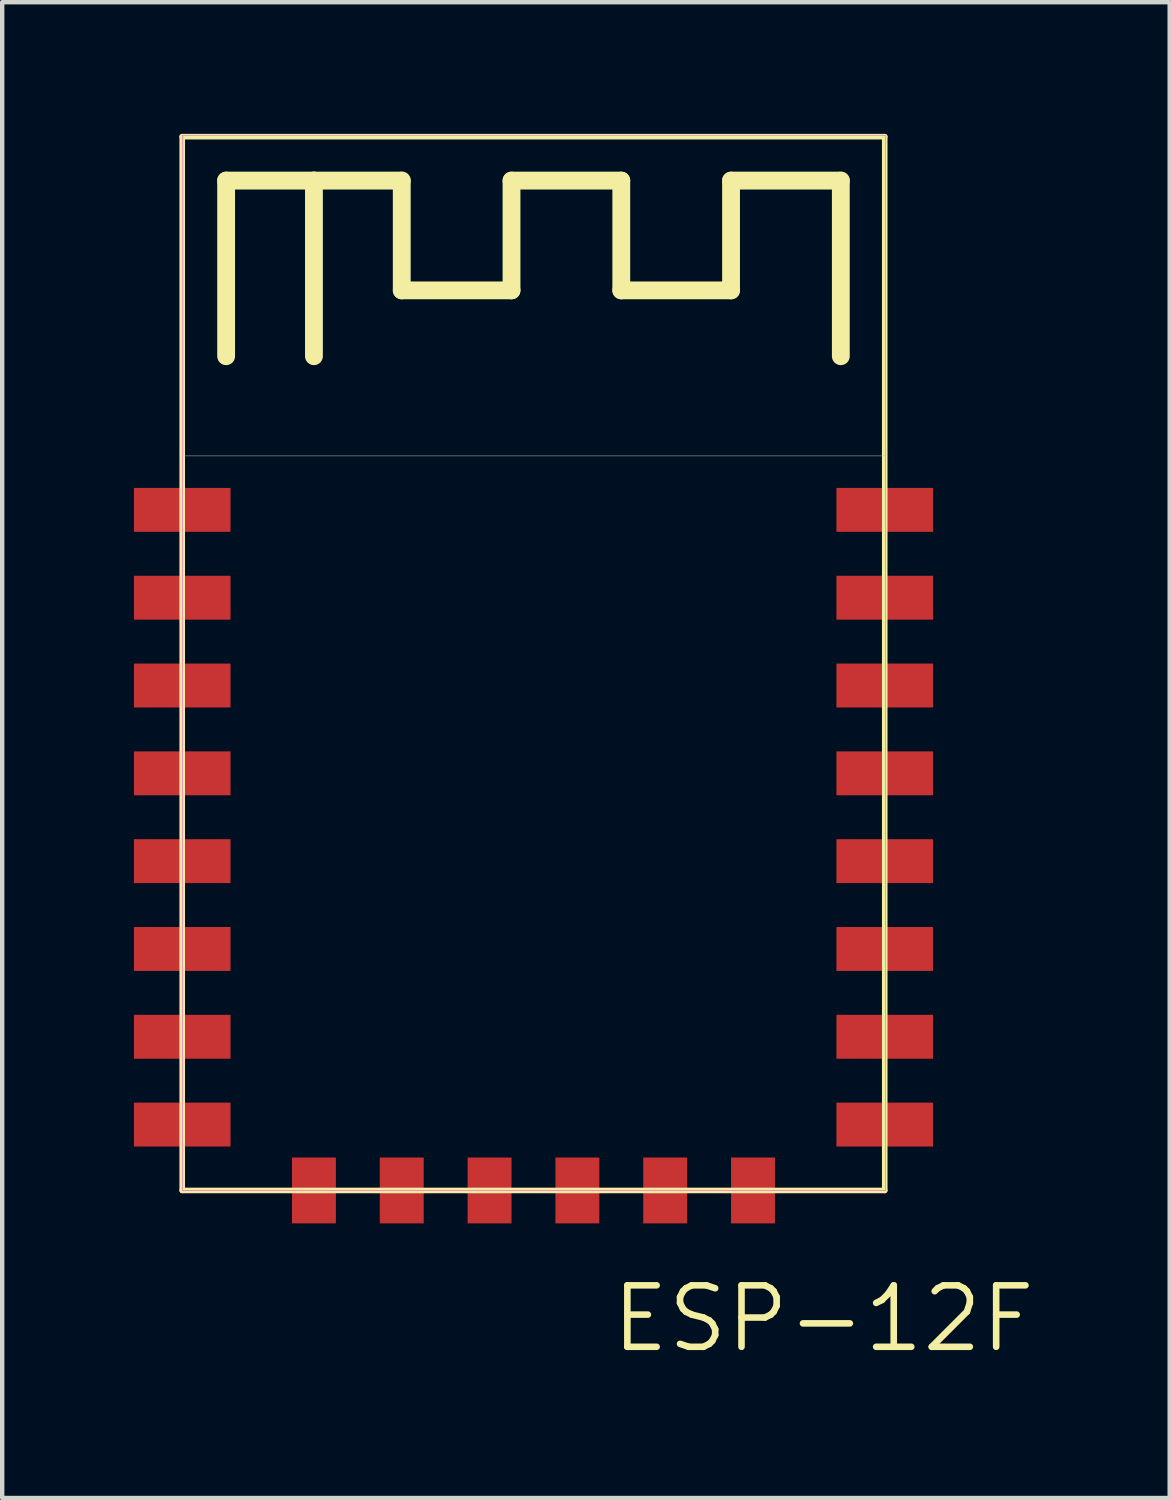
<source format=kicad_pcb>
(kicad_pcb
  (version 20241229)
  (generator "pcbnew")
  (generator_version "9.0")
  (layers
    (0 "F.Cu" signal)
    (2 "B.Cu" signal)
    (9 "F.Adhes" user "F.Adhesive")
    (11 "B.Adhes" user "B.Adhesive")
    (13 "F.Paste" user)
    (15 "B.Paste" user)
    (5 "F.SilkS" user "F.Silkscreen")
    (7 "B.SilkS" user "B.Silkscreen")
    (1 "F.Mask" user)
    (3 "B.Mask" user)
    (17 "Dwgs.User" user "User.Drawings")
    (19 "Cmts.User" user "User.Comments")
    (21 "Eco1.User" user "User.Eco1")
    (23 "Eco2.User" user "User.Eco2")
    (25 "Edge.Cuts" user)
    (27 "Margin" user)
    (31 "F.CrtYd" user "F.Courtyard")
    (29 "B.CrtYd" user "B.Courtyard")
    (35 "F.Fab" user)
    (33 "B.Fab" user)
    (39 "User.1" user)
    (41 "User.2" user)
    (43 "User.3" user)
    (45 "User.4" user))
  (footprint "ESP-12F"
    (layer "F.Cu")
    (at 8.72 12.633)
    (property "Reference" "ESP-12F" (at 6.985 14.351 0) (layer "F.SilkS") (effects (font (size 1.4 1.4) (thickness 0.15))))
    (attr smd)
    (fp_line (start -7.62 -12.57) (end -7.62 11.43) (stroke (width 0.127) (type solid)) (layer "F.SilkS"))
    (fp_line (start -7.62 11.43) (end 8.38 11.43) (stroke (width 0.127) (type solid)) (layer "F.SilkS"))
    (fp_line (start -6.62 -11.57) (end -4.62 -11.57) (stroke (width 0.406) (type solid)) (layer "F.SilkS"))
    (fp_line (start -6.62 -7.57) (end -6.62 -11.57) (stroke (width 0.406) (type solid)) (layer "F.SilkS"))
    (fp_line (start -4.62 -11.57) (end -4.62 -7.57) (stroke (width 0.406) (type solid)) (layer "F.SilkS"))
    (fp_line (start -4.62 -11.57) (end -2.62 -11.57) (stroke (width 0.406) (type solid)) (layer "F.SilkS"))
    (fp_line (start -2.62 -11.57) (end -2.62 -9.07) (stroke (width 0.406) (type solid)) (layer "F.SilkS"))
    (fp_line (start -2.62 -9.07) (end -0.12 -9.07) (stroke (width 0.406) (type solid)) (layer "F.SilkS"))
    (fp_line (start -0.12 -11.57) (end 2.38 -11.57) (stroke (width 0.406) (type solid)) (layer "F.SilkS"))
    (fp_line (start -0.12 -9.07) (end -0.12 -11.57) (stroke (width 0.406) (type solid)) (layer "F.SilkS"))
    (fp_line (start 2.38 -11.57) (end 2.38 -9.07) (stroke (width 0.406) (type solid)) (layer "F.SilkS"))
    (fp_line (start 2.38 -9.07) (end 4.88 -9.07) (stroke (width 0.406) (type solid)) (layer "F.SilkS"))
    (fp_line (start 4.88 -11.57) (end 7.38 -11.57) (stroke (width 0.406) (type solid)) (layer "F.SilkS"))
    (fp_line (start 4.88 -9.07) (end 4.88 -11.57) (stroke (width 0.406) (type solid)) (layer "F.SilkS"))
    (fp_line (start 7.38 -11.57) (end 7.38 -7.57) (stroke (width 0.406) (type solid)) (layer "F.SilkS"))
    (fp_line (start 8.38 -12.57) (end -7.62 -12.57) (stroke (width 0.127) (type solid)) (layer "F.SilkS"))
    (fp_line (start 8.38 11.43) (end 8.38 -12.57) (stroke (width 0.127) (type solid)) (layer "F.SilkS"))
    (fp_poly (pts (xy -7.6 -12.6) (xy 8.4 -12.6) (xy 8.4 -5.3) (xy -7.6 -5.3)) (stroke (width 0.01) (type solid)) (fill no) (layer "Dwgs.User"))
    (fp_poly (pts (xy -7.62 -12.6) (xy 8.4 -12.6) (xy 8.4 11.43) (xy -7.62 11.43)) (stroke (width 0.01) (type solid)) (fill no) (layer "F.CrtYd"))
    (pad "1" smd rect (at -7.62 -4.07) (size 2.2 1) (layers "F.Cu" "F.Mask" "F.Paste"))
    (pad "2" smd rect (at -7.62 -2.07) (size 2.2 1) (layers "F.Cu" "F.Mask" "F.Paste"))
    (pad "3" smd rect (at -7.62 -0.07) (size 2.2 1) (layers "F.Cu" "F.Mask" "F.Paste"))
    (pad "4" smd rect (at -7.62 1.93) (size 2.2 1) (layers "F.Cu" "F.Mask" "F.Paste"))
    (pad "5" smd rect (at -7.62 3.93) (size 2.2 1) (layers "F.Cu" "F.Mask" "F.Paste"))
    (pad "6" smd rect (at -7.62 5.93) (size 2.2 1) (layers "F.Cu" "F.Mask" "F.Paste"))
    (pad "7" smd rect (at -7.62 7.93) (size 2.2 1) (layers "F.Cu" "F.Mask" "F.Paste"))
    (pad "8" smd rect (at -7.62 9.93) (size 2.2 1) (layers "F.Cu" "F.Mask" "F.Paste"))
    (pad "9" smd rect (at -4.62 11.43 90) (size 1.5 1) (layers "F.Cu" "F.Mask" "F.Paste"))
    (pad "10" smd rect (at -2.62 11.43 90) (size 1.5 1) (layers "F.Cu" "F.Mask" "F.Paste"))
    (pad "11" smd rect (at -0.62 11.43 90) (size 1.5 1) (layers "F.Cu" "F.Mask" "F.Paste"))
    (pad "12" smd rect (at 1.38 11.43 90) (size 1.5 1) (layers "F.Cu" "F.Mask" "F.Paste"))
    (pad "13" smd rect (at 3.38 11.43 90) (size 1.5 1) (layers "F.Cu" "F.Mask" "F.Paste"))
    (pad "14" smd rect (at 5.38 11.43 90) (size 1.5 1) (layers "F.Cu" "F.Mask" "F.Paste"))
    (pad "15" smd rect (at 8.38 9.93) (size 2.2 1) (layers "F.Cu" "F.Mask" "F.Paste"))
    (pad "16" smd rect (at 8.38 7.93) (size 2.2 1) (layers "F.Cu" "F.Mask" "F.Paste"))
    (pad "17" smd rect (at 8.38 5.93) (size 2.2 1) (layers "F.Cu" "F.Mask" "F.Paste"))
    (pad "18" smd rect (at 8.38 3.93) (size 2.2 1) (layers "F.Cu" "F.Mask" "F.Paste"))
    (pad "19" smd rect (at 8.38 1.93) (size 2.2 1) (layers "F.Cu" "F.Mask" "F.Paste"))
    (pad "20" smd rect (at 8.38 -0.07) (size 2.2 1) (layers "F.Cu" "F.Mask" "F.Paste"))
    (pad "21" smd rect (at 8.38 -2.07) (size 2.2 1) (layers "F.Cu" "F.Mask" "F.Paste"))
    (pad "22" smd rect (at 8.38 -4.07) (size 2.2 1) (layers "F.Cu" "F.Mask" "F.Paste")))
  (gr_rect
    (start -3 -3)
    (end 23.59 31.067)
    (stroke (width 0.1) (type default))
    (fill no)
    (layer "Edge.Cuts")))
</source>
